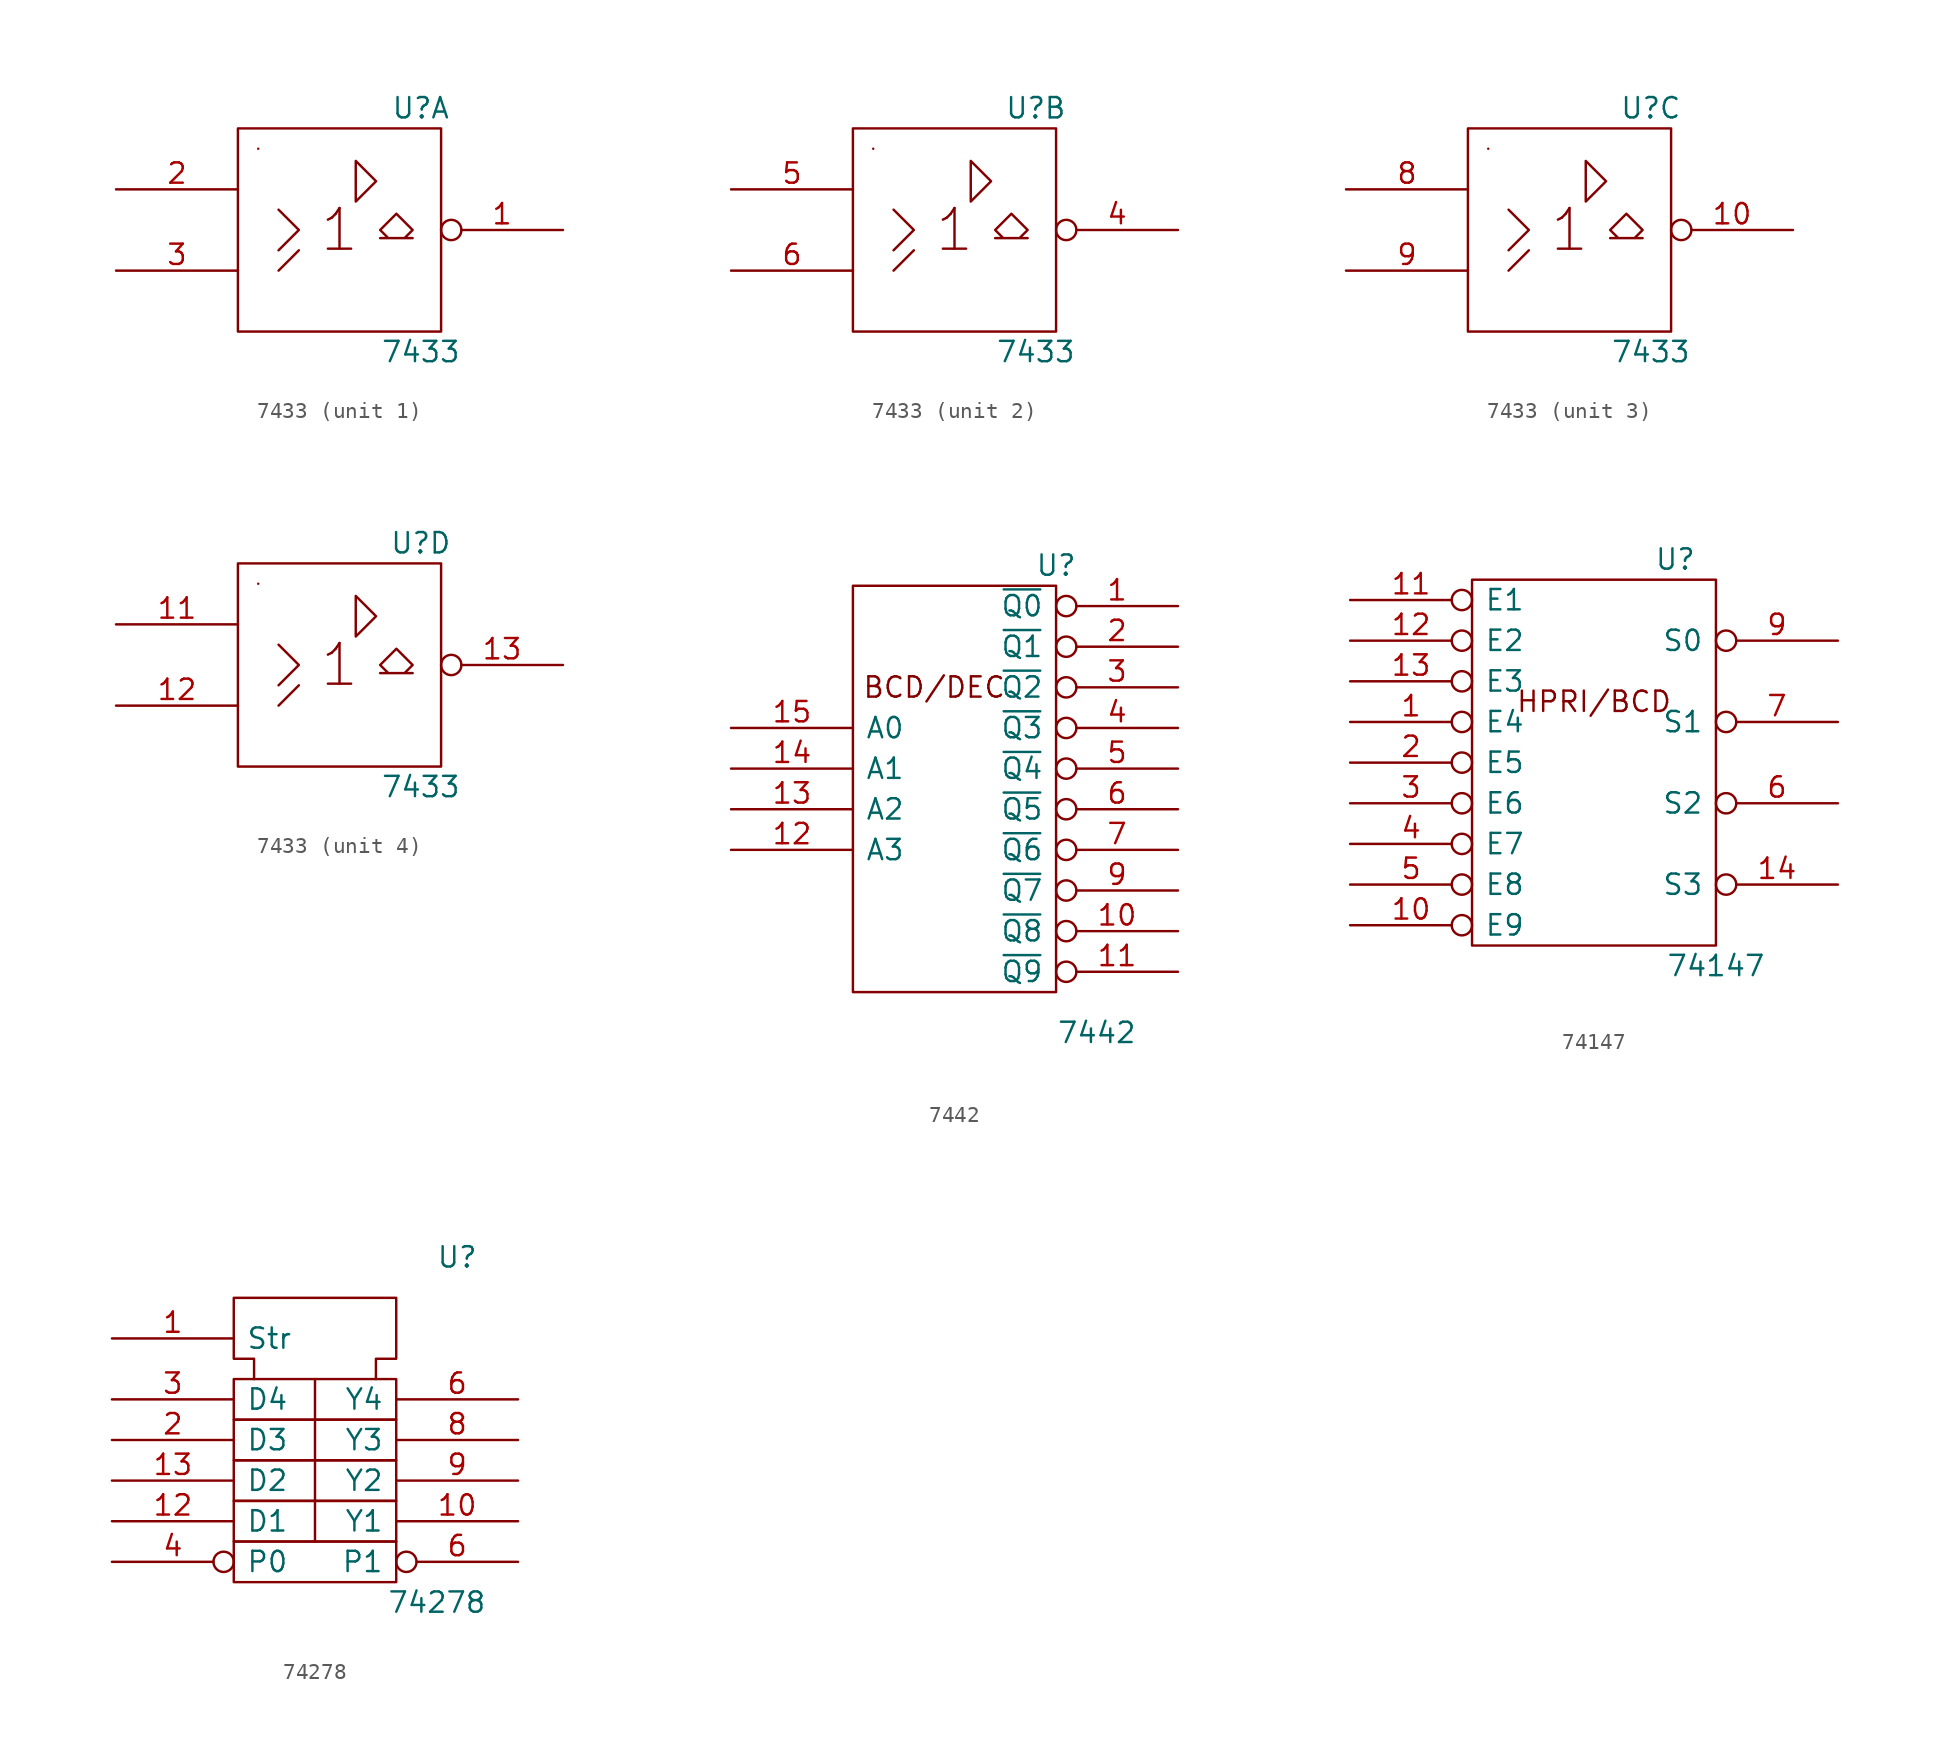
<source format=kicad_sym>
(kicad_symbol_lib
  (version 20211014)
  (generator kicad_symbol_editor)
  (symbol "7433"
    (pin_names
      (offset 0.762))
    (property "Reference" "U"
      (at 5.08 7.62 0)
      (effects (font (size 1.27 1.27))))
    (property "Value" "7433"
      (at 5.08 -7.62 0)
      (effects (font (size 1.27 1.27))))
    (symbol "7433_0_0"
      (rectangle (start -5.08 5.08) (end -5.08 5.08) (stroke (width 0) (type default) (color 0 0 0 0)) (fill (type none)))
      (polyline (pts (xy -3.81 -2.54) (xy -2.54 -1.27) (xy -2.54 -1.27)) (stroke (width 0) (type default) (color 0 0 0 0)) (fill (type none)))
      (polyline (pts (xy -3.81 1.27) (xy -2.54 0) (xy -3.81 -1.27) (xy -3.81 -1.27)) (stroke (width 0) (type default) (color 0 0 0 0)) (fill (type none)))
      (polyline (pts (xy 1.016 4.318) (xy 1.016 1.778) (xy 2.286 3.048) (xy 1.016 4.318) (xy 1.016 4.318)) (stroke (width 0) (type default) (color 0 0 0 0)) (fill (type none)))
      (text "1" (at 0 0 0) (effects (font (size 2.54 2.54))))
      (pin power_in line (at 0 6.35 270) (length 0) hide (name "VCC" (effects (font (size 1.27 1.27)))) (number "14" (effects (font (size 1.27 1.27)))))
      (pin power_in line (at 0 -6.35 90) (length 0) hide (name "GND" (effects (font (size 1.27 1.27)))) (number "7" (effects (font (size 1.27 1.27))))))
    (symbol "7433_0_1"
      (rectangle (start -6.35 6.35) (end 6.35 -6.35) (stroke (width 0) (type default) (color 0 0 0 0)) (fill (type none)))
      (polyline (pts (xy 3.556 1.016) (xy 4.572 0) (xy 4.064 -0.508) (xy 4.572 -0.508) (xy 2.54 -0.508) (xy 3.556 -0.508) (xy 3.556 -0.508) (xy 3.048 -0.508) (xy 2.54 0) (xy 3.556 1.016) (xy 3.556 1.016)) (stroke (width 0) (type default) (color 0 0 0 0)) (fill (type none))))
    (symbol "7433_1_1"
      (pin open_collector inverted (at 13.97 0 180) (length 7.62) (name "~" (effects (font (size 1.27 1.27)))) (number "1" (effects (font (size 1.27 1.27)))))
      (pin input line (at -13.97 2.54 0) (length 7.62) (name "~" (effects (font (size 1.27 1.27)))) (number "2" (effects (font (size 1.27 1.27)))))
      (pin input line (at -13.97 -2.54 0) (length 7.62) (name "~" (effects (font (size 1.27 1.27)))) (number "3" (effects (font (size 1.27 1.27))))))
    (symbol "7433_2_1"
      (pin open_collector inverted (at 13.97 0 180) (length 7.62) (name "~" (effects (font (size 1.27 1.27)))) (number "4" (effects (font (size 1.27 1.27)))))
      (pin input line (at -13.97 2.54 0) (length 7.62) (name "~" (effects (font (size 1.27 1.27)))) (number "5" (effects (font (size 1.27 1.27)))))
      (pin input line (at -13.97 -2.54 0) (length 7.62) (name "~" (effects (font (size 1.27 1.27)))) (number "6" (effects (font (size 1.27 1.27))))))
    (symbol "7433_3_1"
      (pin open_collector inverted (at 13.97 0 180) (length 7.62) (name "~" (effects (font (size 1.27 1.27)))) (number "10" (effects (font (size 1.27 1.27)))))
      (pin input line (at -13.97 2.54 0) (length 7.62) (name "~" (effects (font (size 1.27 1.27)))) (number "8" (effects (font (size 1.27 1.27)))))
      (pin input line (at -13.97 -2.54 0) (length 7.62) (name "~" (effects (font (size 1.27 1.27)))) (number "9" (effects (font (size 1.27 1.27))))))
    (symbol "7433_4_1"
      (pin input line (at -13.97 2.54 0) (length 7.62) (name "~" (effects (font (size 1.27 1.27)))) (number "11" (effects (font (size 1.27 1.27)))))
      (pin input line (at -13.97 -2.54 0) (length 7.62) (name "~" (effects (font (size 1.27 1.27)))) (number "12" (effects (font (size 1.27 1.27)))))
      (pin open_collector inverted (at 13.97 0 180) (length 7.62) (name "~" (effects (font (size 1.27 1.27)))) (number "13" (effects (font (size 1.27 1.27)))))))
  (symbol "7442"
    (pin_names
      (offset 0.762))
    (property "Reference" "U"
      (at 6.35 13.97 0)
      (effects (font (size 1.27 1.27))))
    (property "Value" "7442"
      (at 8.89 -15.24 0)
      (effects (font (size 1.27 1.27))))
    (symbol "7442_0_0"
      (rectangle (start -6.35 12.7) (end 6.35 -12.7) (stroke (width 0) (type default) (color 0 0 0 0)) (fill (type none)))
      (text "BCD/DEC" (at -1.27 6.35 0) (effects (font (size 1.27 1.27))))
      (pin power_in line (at 0 12.7 270) (length 0) hide (name "VCC" (effects (font (size 1.27 1.27)))) (number "16" (effects (font (size 1.27 1.27)))))
      (pin power_in line (at 0 -12.7 90) (length 0) hide (name "GND" (effects (font (size 1.27 1.27)))) (number "8" (effects (font (size 1.27 1.27))))))
    (symbol "7442_1_1"
      (pin output inverted (at 13.97 11.43 180) (length 7.62) (name "~{Q0}" (effects (font (size 1.27 1.27)))) (number "1" (effects (font (size 1.27 1.27)))))
      (pin output inverted (at 13.97 -8.89 180) (length 7.62) (name "~{Q8}" (effects (font (size 1.27 1.27)))) (number "10" (effects (font (size 1.27 1.27)))))
      (pin output inverted (at 13.97 -11.43 180) (length 7.62) (name "~{Q9}" (effects (font (size 1.27 1.27)))) (number "11" (effects (font (size 1.27 1.27)))))
      (pin input line (at -13.97 -3.81 0) (length 7.62) (name "A3" (effects (font (size 1.27 1.27)))) (number "12" (effects (font (size 1.27 1.27)))))
      (pin input line (at -13.97 -1.27 0) (length 7.62) (name "A2" (effects (font (size 1.27 1.27)))) (number "13" (effects (font (size 1.27 1.27)))))
      (pin input line (at -13.97 1.27 0) (length 7.62) (name "A1" (effects (font (size 1.27 1.27)))) (number "14" (effects (font (size 1.27 1.27)))))
      (pin input line (at -13.97 3.81 0) (length 7.62) (name "A0" (effects (font (size 1.27 1.27)))) (number "15" (effects (font (size 1.27 1.27)))))
      (pin output inverted (at 13.97 8.89 180) (length 7.62) (name "~{Q1}" (effects (font (size 1.27 1.27)))) (number "2" (effects (font (size 1.27 1.27)))))
      (pin output inverted (at 13.97 6.35 180) (length 7.62) (name "~{Q2}" (effects (font (size 1.27 1.27)))) (number "3" (effects (font (size 1.27 1.27)))))
      (pin output inverted (at 13.97 3.81 180) (length 7.62) (name "~{Q3}" (effects (font (size 1.27 1.27)))) (number "4" (effects (font (size 1.27 1.27)))))
      (pin output inverted (at 13.97 1.27 180) (length 7.62) (name "~{Q4}" (effects (font (size 1.27 1.27)))) (number "5" (effects (font (size 1.27 1.27)))))
      (pin output inverted (at 13.97 -1.27 180) (length 7.62) (name "~{Q5}" (effects (font (size 1.27 1.27)))) (number "6" (effects (font (size 1.27 1.27)))))
      (pin output inverted (at 13.97 -3.81 180) (length 7.62) (name "~{Q6}" (effects (font (size 1.27 1.27)))) (number "7" (effects (font (size 1.27 1.27)))))
      (pin output inverted (at 13.97 -6.35 180) (length 7.62) (name "~{Q7}" (effects (font (size 1.27 1.27)))) (number "9" (effects (font (size 1.27 1.27)))))))
  (symbol "74147"
    (pin_names
      (offset 0.762))
    (property "Reference" "U"
      (at 5.08 12.7 0)
      (effects (font (size 1.27 1.27))))
    (property "Value" "74147"
      (at 7.62 -12.7 0)
      (effects (font (size 1.27 1.27))))
    (symbol "74147_0_0"
      (text "HPRI/BCD" (at 0 3.81 0) (effects (font (size 1.27 1.27))))
      (pin power_in line (at 0 11.43 270) (length 0) hide (name "VCC" (effects (font (size 1.27 1.27)))) (number "16" (effects (font (size 1.27 1.27)))))
      (pin power_in line (at 0 -11.43 90) (length 0) hide (name "GND" (effects (font (size 1.27 1.27)))) (number "8" (effects (font (size 1.27 1.27))))))
    (symbol "74147_0_1"
      (rectangle (start -7.62 11.43) (end 7.62 -11.43) (stroke (width 0) (type default) (color 0 0 0 0)) (fill (type none))))
    (symbol "74147_1_1"
      (pin input inverted (at -15.24 2.54 0) (length 7.62) (name "E4" (effects (font (size 1.27 1.27)))) (number "1" (effects (font (size 1.27 1.27)))))
      (pin input inverted (at -15.24 -10.16 0) (length 7.62) (name "E9" (effects (font (size 1.27 1.27)))) (number "10" (effects (font (size 1.27 1.27)))))
      (pin input inverted (at -15.24 10.16 0) (length 7.62) (name "E1" (effects (font (size 1.27 1.27)))) (number "11" (effects (font (size 1.27 1.27)))))
      (pin input inverted (at -15.24 7.62 0) (length 7.62) (name "E2" (effects (font (size 1.27 1.27)))) (number "12" (effects (font (size 1.27 1.27)))))
      (pin input inverted (at -15.24 5.08 0) (length 7.62) (name "E3" (effects (font (size 1.27 1.27)))) (number "13" (effects (font (size 1.27 1.27)))))
      (pin output inverted (at 15.24 -7.62 180) (length 7.62) (name "S3" (effects (font (size 1.27 1.27)))) (number "14" (effects (font (size 1.27 1.27)))))
      (pin input inverted (at -15.24 0 0) (length 7.62) (name "E5" (effects (font (size 1.27 1.27)))) (number "2" (effects (font (size 1.27 1.27)))))
      (pin input inverted (at -15.24 -2.54 0) (length 7.62) (name "E6" (effects (font (size 1.27 1.27)))) (number "3" (effects (font (size 1.27 1.27)))))
      (pin input inverted (at -15.24 -5.08 0) (length 7.62) (name "E7" (effects (font (size 1.27 1.27)))) (number "4" (effects (font (size 1.27 1.27)))))
      (pin input inverted (at -15.24 -7.62 0) (length 7.62) (name "E8" (effects (font (size 1.27 1.27)))) (number "5" (effects (font (size 1.27 1.27)))))
      (pin output inverted (at 15.24 -2.54 180) (length 7.62) (name "S2" (effects (font (size 1.27 1.27)))) (number "6" (effects (font (size 1.27 1.27)))))
      (pin output inverted (at 15.24 2.54 180) (length 7.62) (name "S1" (effects (font (size 1.27 1.27)))) (number "7" (effects (font (size 1.27 1.27)))))
      (pin output inverted (at 15.24 7.62 180) (length 7.62) (name "S0" (effects (font (size 1.27 1.27)))) (number "9" (effects (font (size 1.27 1.27)))))))
  (symbol "74278"
    (pin_names
      (offset 0.762))
    (property "Reference" "U"
      (at 8.89 10.16 0)
      (effects (font (size 1.27 1.27))))
    (property "Value" "74278"
      (at 7.62 -11.43 0)
      (effects (font (size 1.27 1.27))))
    (symbol "74278_0_0"
      (rectangle (start -5.08 -7.62) (end 5.08 -10.16) (stroke (width 0) (type default) (color 0 0 0 0)) (fill (type none)))
      (rectangle (start -5.08 -5.08) (end 5.08 -7.62) (stroke (width 0) (type default) (color 0 0 0 0)) (fill (type none)))
      (rectangle (start -5.08 -2.54) (end 5.08 -5.08) (stroke (width 0) (type default) (color 0 0 0 0)) (fill (type none)))
      (rectangle (start -5.08 0) (end 5.08 -2.54) (stroke (width 0) (type default) (color 0 0 0 0)) (fill (type none)))
      (rectangle (start -5.08 2.54) (end 5.08 0) (stroke (width 0) (type default) (color 0 0 0 0)) (fill (type none)))
      (polyline (pts (xy 0 2.54) (xy 0 -7.62) (xy 0 -7.62)) (stroke (width 0) (type default) (color 0 0 0 0)) (fill (type none)))
      (polyline (pts (xy -3.81 2.54) (xy -3.81 3.81) (xy -5.08 3.81) (xy -5.08 7.62) (xy 5.08 7.62) (xy 5.08 3.81) (xy 3.81 3.81) (xy 3.81 2.54) (xy 3.81 2.54)) (stroke (width 0) (type default) (color 0 0 0 0)) (fill (type none)))
      (pin power_in line (at 3.81 7.62 270) (length 0) hide (name "VCC" (effects (font (size 1.27 1.27)))) (number "14" (effects (font (size 1.27 1.27)))))
      (pin power_in line (at 0 7.62 270) (length 0) hide (name "Gnd" (effects (font (size 1.27 1.27)))) (number "7" (effects (font (size 1.27 1.27))))))
    (symbol "74278_1_1"
      (pin input line (at -12.7 5.08 0) (length 7.62) (name "Str" (effects (font (size 1.27 1.27)))) (number "1" (effects (font (size 1.27 1.27)))))
      (pin output line (at 12.7 -6.35 180) (length 7.62) (name "Y1" (effects (font (size 1.27 1.27)))) (number "10" (effects (font (size 1.27 1.27)))))
      (pin input line (at -12.7 -6.35 0) (length 7.62) (name "D1" (effects (font (size 1.27 1.27)))) (number "12" (effects (font (size 1.27 1.27)))))
      (pin input line (at -12.7 -3.81 0) (length 7.62) (name "D2" (effects (font (size 1.27 1.27)))) (number "13" (effects (font (size 1.27 1.27)))))
      (pin input line (at -12.7 -1.27 0) (length 7.62) (name "D3" (effects (font (size 1.27 1.27)))) (number "2" (effects (font (size 1.27 1.27)))))
      (pin input line (at -12.7 1.27 0) (length 7.62) (name "D4" (effects (font (size 1.27 1.27)))) (number "3" (effects (font (size 1.27 1.27)))))
      (pin input inverted (at -12.7 -8.89 0) (length 7.62) (name "P0" (effects (font (size 1.27 1.27)))) (number "4" (effects (font (size 1.27 1.27)))))
      (pin output inverted (at 12.7 -8.89 180) (length 7.62) (name "P1" (effects (font (size 1.27 1.27)))) (number "6" (effects (font (size 1.27 1.27)))))
      (pin output line (at 12.7 1.27 180) (length 7.62) (name "Y4" (effects (font (size 1.27 1.27)))) (number "6" (effects (font (size 1.27 1.27)))))
      (pin output line (at 12.7 -1.27 180) (length 7.62) (name "Y3" (effects (font (size 1.27 1.27)))) (number "8" (effects (font (size 1.27 1.27)))))
      (pin output line (at 12.7 -3.81 180) (length 7.62) (name "Y2" (effects (font (size 1.27 1.27)))) (number "9" (effects (font (size 1.27 1.27))))))))
</source>
